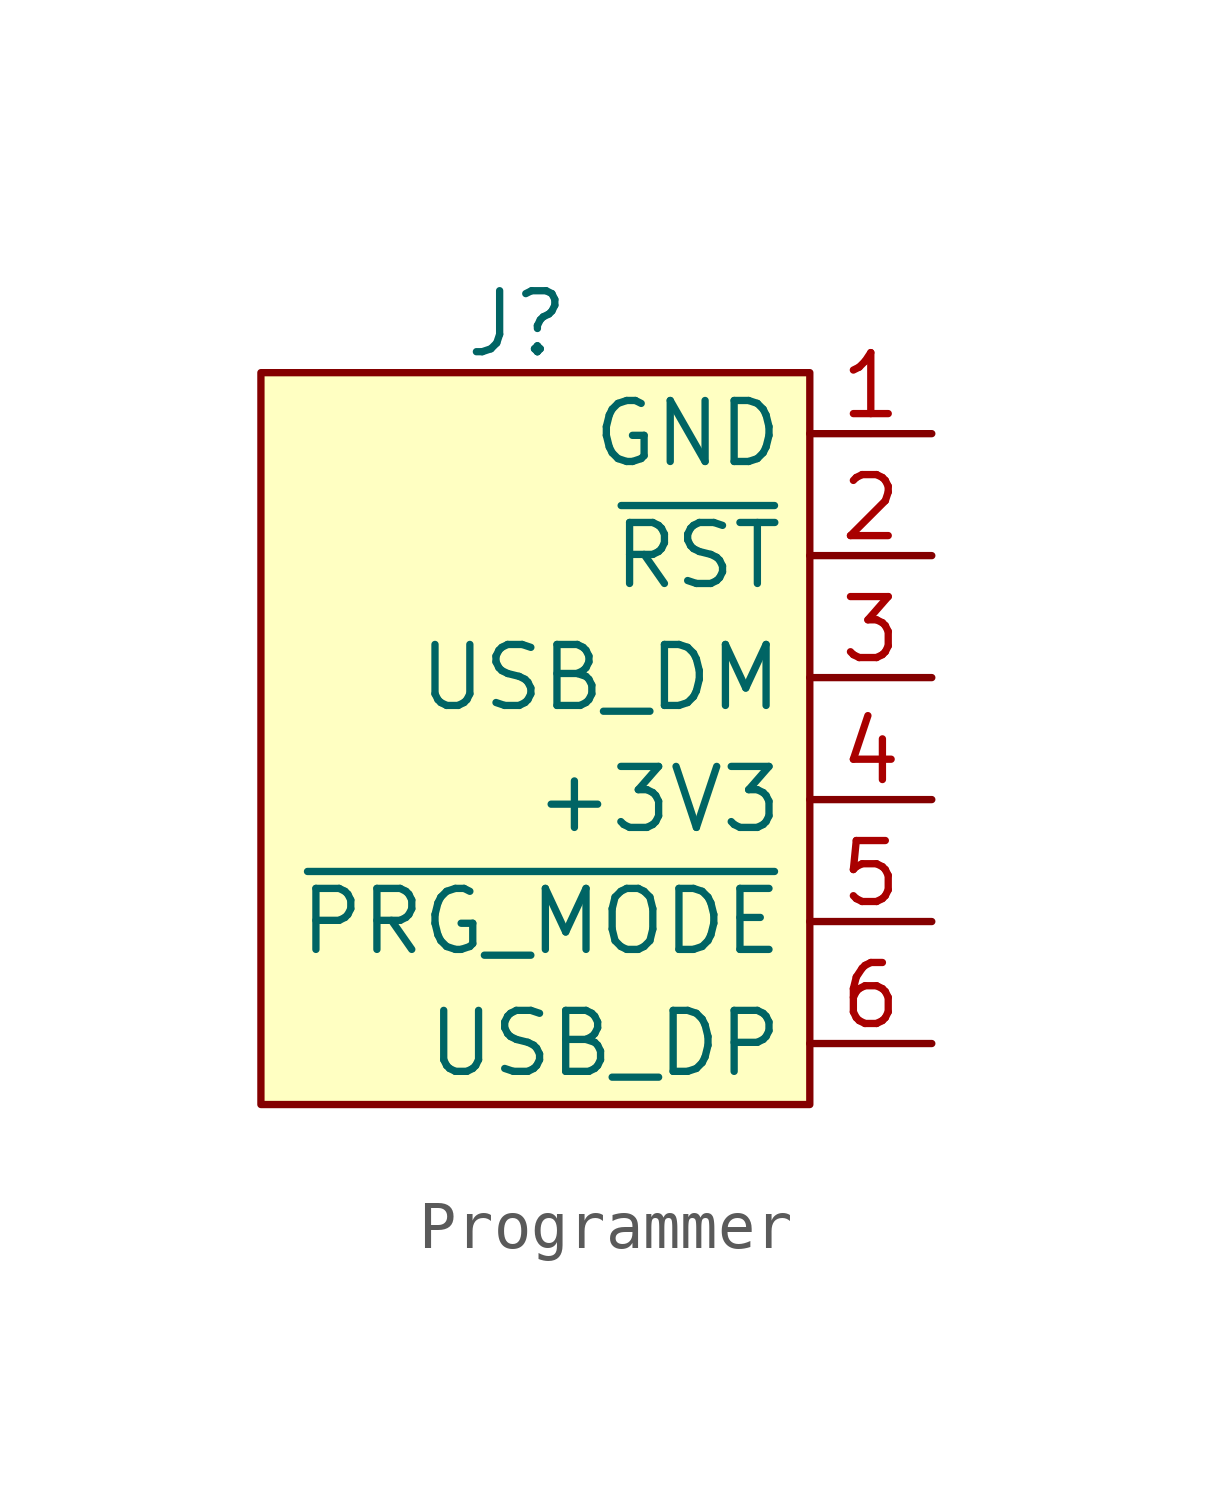
<source format=kicad_sym>
(kicad_symbol_lib
  (version 20231120)
  (generator "kicad_symbol_editor")
  (generator_version "8.0")
  (symbol "Programmer"
    (property "Reference" "J"
      (at -1.016 8.636 0)
      (effects (font (size 1.27 1.27))))
    (property "Value" ""
      (at 5.08 1.27 0)
      (effects (font (size 1.27 1.27))))
    (symbol "Programmer_1_1"
      (rectangle (start -6.35 7.62) (end 5.08 -7.62) (stroke (width 0) (type default)) (fill (type background)))
      (pin input line (at 7.62 6.35 180) (length 2.54) (name "GND" (effects (font (size 1.27 1.27)))) (number "1" (effects (font (size 1.27 1.27)))))
      (pin input line (at 7.62 3.81 180) (length 2.54) (name "~{RST}" (effects (font (size 1.27 1.27)))) (number "2" (effects (font (size 1.27 1.27)))))
      (pin input line (at 7.62 1.27 180) (length 2.54) (name "USB_DM" (effects (font (size 1.27 1.27)))) (number "3" (effects (font (size 1.27 1.27)))))
      (pin input line (at 7.62 -1.27 180) (length 2.54) (name "+3V3" (effects (font (size 1.27 1.27)))) (number "4" (effects (font (size 1.27 1.27)))))
      (pin input line (at 7.62 -3.81 180) (length 2.54) (name "~{PRG_MODE}" (effects (font (size 1.27 1.27)))) (number "5" (effects (font (size 1.27 1.27)))))
      (pin input line (at 7.62 -6.35 180) (length 2.54) (name "USB_DP" (effects (font (size 1.27 1.27)))) (number "6" (effects (font (size 1.27 1.27))))))))
</source>
